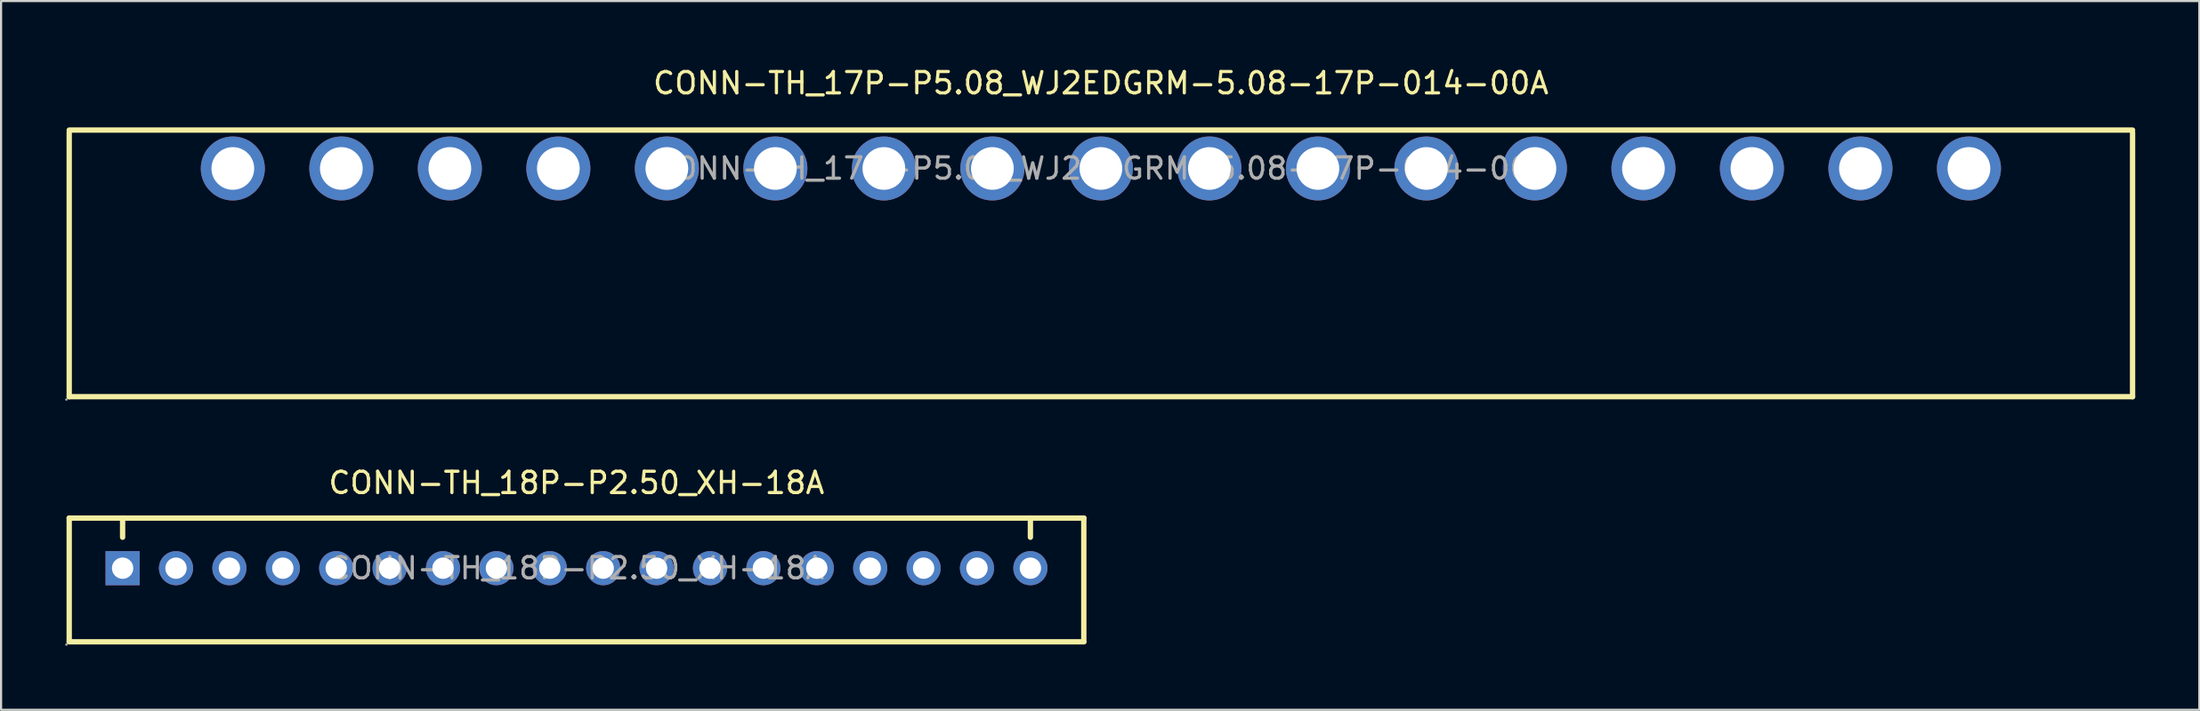
<source format=kicad_pcb>
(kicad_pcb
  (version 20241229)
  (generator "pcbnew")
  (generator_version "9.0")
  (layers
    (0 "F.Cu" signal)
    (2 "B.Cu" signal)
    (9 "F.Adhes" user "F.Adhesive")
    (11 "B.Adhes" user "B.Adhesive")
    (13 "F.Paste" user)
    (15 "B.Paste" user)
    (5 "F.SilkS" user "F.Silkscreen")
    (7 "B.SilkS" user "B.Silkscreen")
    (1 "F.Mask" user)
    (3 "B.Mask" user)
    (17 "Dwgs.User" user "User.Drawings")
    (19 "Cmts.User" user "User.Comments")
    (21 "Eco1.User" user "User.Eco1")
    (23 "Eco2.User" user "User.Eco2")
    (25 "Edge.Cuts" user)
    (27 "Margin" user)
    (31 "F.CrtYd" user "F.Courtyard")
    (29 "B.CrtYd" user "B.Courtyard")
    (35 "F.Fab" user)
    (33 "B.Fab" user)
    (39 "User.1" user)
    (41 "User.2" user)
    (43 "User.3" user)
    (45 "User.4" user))
  (footprint "CONN-TH_18P-P2.50_XH-18A"
    (layer "F.Cu")
    (at 23.94 23.587)
    (property "Reference" "CONN-TH_18P-P2.50_XH-18A" (at 0 -4 0) (layer "F.SilkS") (effects (font (size 1 1) (thickness 0.15))))
    (attr through_hole)
    (fp_line (start -23.75 -2.35) (end -23.75 3.45) (stroke (width 0.25) (type solid)) (layer "F.SilkS"))
    (fp_line (start -23.75 3.45) (end 23.75 3.45) (stroke (width 0.25) (type solid)) (layer "F.SilkS"))
    (fp_line (start -21.25 -1.45) (end -21.25 -2.35) (stroke (width 0.25) (type solid)) (layer "F.SilkS"))
    (fp_line (start 21.25 -1.45) (end 21.25 -2.35) (stroke (width 0.25) (type solid)) (layer "F.SilkS"))
    (fp_line (start 23.75 -2.35) (end -23.75 -2.35) (stroke (width 0.25) (type solid)) (layer "F.SilkS"))
    (fp_line (start 23.75 -2.35) (end 23.75 3.45) (stroke (width 0.25) (type solid)) (layer "F.SilkS"))
    (fp_circle (center -23.88 3.58) (end -23.85 3.58) (stroke (width 0.06) (type solid)) (fill no) (layer "F.Fab"))
    (fp_circle (center -21.25 0) (end -21.05 0) (stroke (width 0.4) (type solid)) (fill no) (layer "F.Fab"))
    (fp_circle (center -18.75 0) (end -18.55 0) (stroke (width 0.4) (type solid)) (fill no) (layer "F.Fab"))
    (fp_circle (center -16.25 0) (end -16.05 0) (stroke (width 0.4) (type solid)) (fill no) (layer "F.Fab"))
    (fp_circle (center -13.75 0) (end -13.55 0) (stroke (width 0.4) (type solid)) (fill no) (layer "F.Fab"))
    (fp_circle (center -11.25 0) (end -11.05 0) (stroke (width 0.4) (type solid)) (fill no) (layer "F.Fab"))
    (fp_circle (center -8.75 0) (end -8.55 0) (stroke (width 0.4) (type solid)) (fill no) (layer "F.Fab"))
    (fp_circle (center -6.25 0) (end -6.05 0) (stroke (width 0.4) (type solid)) (fill no) (layer "F.Fab"))
    (fp_circle (center -3.75 0) (end -3.55 0) (stroke (width 0.4) (type solid)) (fill no) (layer "F.Fab"))
    (fp_circle (center -1.25 0) (end -1.05 0) (stroke (width 0.4) (type solid)) (fill no) (layer "F.Fab"))
    (fp_circle (center 1.25 0) (end 1.45 0) (stroke (width 0.4) (type solid)) (fill no) (layer "F.Fab"))
    (fp_circle (center 3.75 0) (end 3.95 0) (stroke (width 0.4) (type solid)) (fill no) (layer "F.Fab"))
    (fp_circle (center 6.25 0) (end 6.45 0) (stroke (width 0.4) (type solid)) (fill no) (layer "F.Fab"))
    (fp_circle (center 8.75 0) (end 8.95 0) (stroke (width 0.4) (type solid)) (fill no) (layer "F.Fab"))
    (fp_circle (center 11.25 0) (end 11.45 0) (stroke (width 0.4) (type solid)) (fill no) (layer "F.Fab"))
    (fp_circle (center 13.75 0) (end 13.95 0) (stroke (width 0.4) (type solid)) (fill no) (layer "F.Fab"))
    (fp_circle (center 16.25 0) (end 16.45 0) (stroke (width 0.4) (type solid)) (fill no) (layer "F.Fab"))
    (fp_circle (center 18.75 0) (end 18.95 0) (stroke (width 0.4) (type solid)) (fill no) (layer "F.Fab"))
    (fp_circle (center 21.25 0) (end 21.45 0) (stroke (width 0.4) (type solid)) (fill no) (layer "F.Fab"))
    (fp_text user "${REFERENCE}" (at 0 0 0) (layer "F.Fab") (effects (font (size 1 1) (thickness 0.15))))
    (pad "1" thru_hole rect (at -21.25 0 180) (size 1.6 1.6) (drill 1) (layers "*.Cu" "*.Paste" "*.Mask"))
    (pad "2" thru_hole circle (at -18.75 0 180) (size 1.6 1.6) (drill 1) (layers "*.Cu" "*.Paste" "*.Mask"))
    (pad "3" thru_hole circle (at -16.25 0 180) (size 1.6 1.6) (drill 1) (layers "*.Cu" "*.Paste" "*.Mask"))
    (pad "4" thru_hole circle (at -13.75 0 180) (size 1.6 1.6) (drill 1) (layers "*.Cu" "*.Paste" "*.Mask"))
    (pad "5" thru_hole circle (at -11.25 0 180) (size 1.6 1.6) (drill 1) (layers "*.Cu" "*.Paste" "*.Mask"))
    (pad "6" thru_hole circle (at -8.75 0 180) (size 1.6 1.6) (drill 1) (layers "*.Cu" "*.Paste" "*.Mask"))
    (pad "7" thru_hole circle (at -6.25 0 180) (size 1.6 1.6) (drill 1) (layers "*.Cu" "*.Paste" "*.Mask"))
    (pad "8" thru_hole circle (at -3.75 0 180) (size 1.6 1.6) (drill 1) (layers "*.Cu" "*.Paste" "*.Mask"))
    (pad "9" thru_hole circle (at -1.25 0 180) (size 1.6 1.6) (drill 1) (layers "*.Cu" "*.Paste" "*.Mask"))
    (pad "10" thru_hole circle (at 1.25 0 180) (size 1.6 1.6) (drill 1) (layers "*.Cu" "*.Paste" "*.Mask"))
    (pad "11" thru_hole circle (at 3.75 0 180) (size 1.6 1.6) (drill 1) (layers "*.Cu" "*.Paste" "*.Mask"))
    (pad "12" thru_hole circle (at 6.25 0 180) (size 1.6 1.6) (drill 1) (layers "*.Cu" "*.Paste" "*.Mask"))
    (pad "13" thru_hole circle (at 8.75 0 180) (size 1.6 1.6) (drill 1) (layers "*.Cu" "*.Paste" "*.Mask"))
    (pad "14" thru_hole circle (at 11.25 0 180) (size 1.6 1.6) (drill 1) (layers "*.Cu" "*.Paste" "*.Mask"))
    (pad "15" thru_hole circle (at 13.75 0 180) (size 1.6 1.6) (drill 1) (layers "*.Cu" "*.Paste" "*.Mask"))
    (pad "16" thru_hole circle (at 16.25 0 180) (size 1.6 1.6) (drill 1) (layers "*.Cu" "*.Paste" "*.Mask"))
    (pad "17" thru_hole circle (at 18.75 0 180) (size 1.6 1.6) (drill 1) (layers "*.Cu" "*.Paste" "*.Mask"))
    (pad "18" thru_hole circle (at 21.25 0 180) (size 1.6 1.6) (drill 1) (layers "*.Cu" "*.Paste" "*.Mask")))
  (footprint "CONN-TH_17P-P5.08_WJ2EDGRM-5.08-17P-014-00A"
    (layer "F.Cu")
    (at 48.49 4.848)
    (property "Reference" "CONN-TH_17P-P5.08_WJ2EDGRM-5.08-17P-014-00A" (at 0 -4 0) (layer "F.SilkS") (effects (font (size 1 1) (thickness 0.15))))
    (attr through_hole)
    (fp_line (start -48.3 10.7) (end -48.3 -1.7) (stroke (width 0.25) (type solid)) (layer "F.SilkS"))
    (fp_line (start -48.3 10.7) (end 48.3 10.7) (stroke (width 0.25) (type solid)) (layer "F.SilkS"))
    (fp_line (start 48.3 -1.8) (end -48.3 -1.8) (stroke (width 0.25) (type solid)) (layer "F.SilkS"))
    (fp_line (start 48.3 -1.7) (end 48.3 10.7) (stroke (width 0.25) (type solid)) (layer "F.SilkS"))
    (fp_circle (center -48.43 10.83) (end -48.4 10.83) (stroke (width 0.06) (type solid)) (fill no) (layer "F.Fab"))
    (fp_circle (center -40.64 0) (end -40.19 0) (stroke (width 0.9) (type solid)) (fill no) (layer "F.Fab"))
    (fp_circle (center -35.56 0) (end -35.11 0) (stroke (width 0.9) (type solid)) (fill no) (layer "F.Fab"))
    (fp_circle (center -30.48 0) (end -30.03 0) (stroke (width 0.9) (type solid)) (fill no) (layer "F.Fab"))
    (fp_circle (center -25.4 0) (end -24.95 0) (stroke (width 0.9) (type solid)) (fill no) (layer "F.Fab"))
    (fp_circle (center -20.32 0) (end -19.87 0) (stroke (width 0.9) (type solid)) (fill no) (layer "F.Fab"))
    (fp_circle (center -15.24 0) (end -14.79 0) (stroke (width 0.9) (type solid)) (fill no) (layer "F.Fab"))
    (fp_circle (center -10.16 0) (end -9.71 0) (stroke (width 0.9) (type solid)) (fill no) (layer "F.Fab"))
    (fp_circle (center -5.08 0) (end -4.63 0) (stroke (width 0.9) (type solid)) (fill no) (layer "F.Fab"))
    (fp_circle (center 0 0) (end 0.45 0) (stroke (width 0.9) (type solid)) (fill no) (layer "F.Fab"))
    (fp_circle (center 5.08 0) (end 5.53 0) (stroke (width 0.9) (type solid)) (fill no) (layer "F.Fab"))
    (fp_circle (center 10.16 0) (end 10.61 0) (stroke (width 0.9) (type solid)) (fill no) (layer "F.Fab"))
    (fp_circle (center 15.24 0) (end 15.69 0) (stroke (width 0.9) (type solid)) (fill no) (layer "F.Fab"))
    (fp_circle (center 20.32 0) (end 20.77 0) (stroke (width 0.9) (type solid)) (fill no) (layer "F.Fab"))
    (fp_circle (center 25.4 0) (end 25.85 0) (stroke (width 0.9) (type solid)) (fill no) (layer "F.Fab"))
    (fp_circle (center 30.48 0) (end 30.93 0) (stroke (width 0.9) (type solid)) (fill no) (layer "F.Fab"))
    (fp_circle (center 35.56 0) (end 36.01 0) (stroke (width 0.9) (type solid)) (fill no) (layer "F.Fab"))
    (fp_circle (center 40.64 0) (end 41.09 0) (stroke (width 0.9) (type solid)) (fill no) (layer "F.Fab"))
    (fp_text user "${REFERENCE}" (at 0 0 0) (layer "F.Fab") (effects (font (size 1 1) (thickness 0.15))))
    (pad "1" thru_hole circle (at -40.64 0) (size 3 3) (drill 2) (layers "*.Cu" "*.Paste" "*.Mask"))
    (pad "2" thru_hole circle (at -35.56 0) (size 3 3) (drill 2) (layers "*.Cu" "*.Paste" "*.Mask"))
    (pad "3" thru_hole circle (at -30.48 0) (size 3 3) (drill 2) (layers "*.Cu" "*.Paste" "*.Mask"))
    (pad "4" thru_hole circle (at -25.4 0) (size 3 3) (drill 2) (layers "*.Cu" "*.Paste" "*.Mask"))
    (pad "5" thru_hole circle (at -20.32 0) (size 3 3) (drill 2) (layers "*.Cu" "*.Paste" "*.Mask"))
    (pad "6" thru_hole circle (at -15.24 0) (size 3 3) (drill 2) (layers "*.Cu" "*.Paste" "*.Mask"))
    (pad "7" thru_hole circle (at -10.16 0) (size 3 3) (drill 2) (layers "*.Cu" "*.Paste" "*.Mask"))
    (pad "8" thru_hole circle (at -5.08 0) (size 3 3) (drill 2) (layers "*.Cu" "*.Paste" "*.Mask"))
    (pad "9" thru_hole circle (at 0 0) (size 3 3) (drill 2) (layers "*.Cu" "*.Paste" "*.Mask"))
    (pad "10" thru_hole circle (at 5.08 0) (size 3 3) (drill 2) (layers "*.Cu" "*.Paste" "*.Mask"))
    (pad "11" thru_hole circle (at 10.16 0) (size 3 3) (drill 2) (layers "*.Cu" "*.Paste" "*.Mask"))
    (pad "12" thru_hole circle (at 15.24 0) (size 3 3) (drill 2) (layers "*.Cu" "*.Paste" "*.Mask"))
    (pad "13" thru_hole circle (at 20.32 0) (size 3 3) (drill 2) (layers "*.Cu" "*.Paste" "*.Mask"))
    (pad "14" thru_hole circle (at 25.4 0) (size 3 3) (drill 2) (layers "*.Cu" "*.Paste" "*.Mask"))
    (pad "15" thru_hole circle (at 30.48 0) (size 3 3) (drill 2) (layers "*.Cu" "*.Paste" "*.Mask"))
    (pad "16" thru_hole circle (at 35.56 0) (size 3 3) (drill 2) (layers "*.Cu" "*.Paste" "*.Mask"))
    (pad "17" thru_hole circle (at 40.64 0) (size 3 3) (drill 2) (layers "*.Cu" "*.Paste" "*.Mask")))
  (gr_rect
    (start -3 -3)
    (end 99.915 30.227)
    (stroke (width 0.1) (type default))
    (fill no)
    (layer "Edge.Cuts")))
</source>
